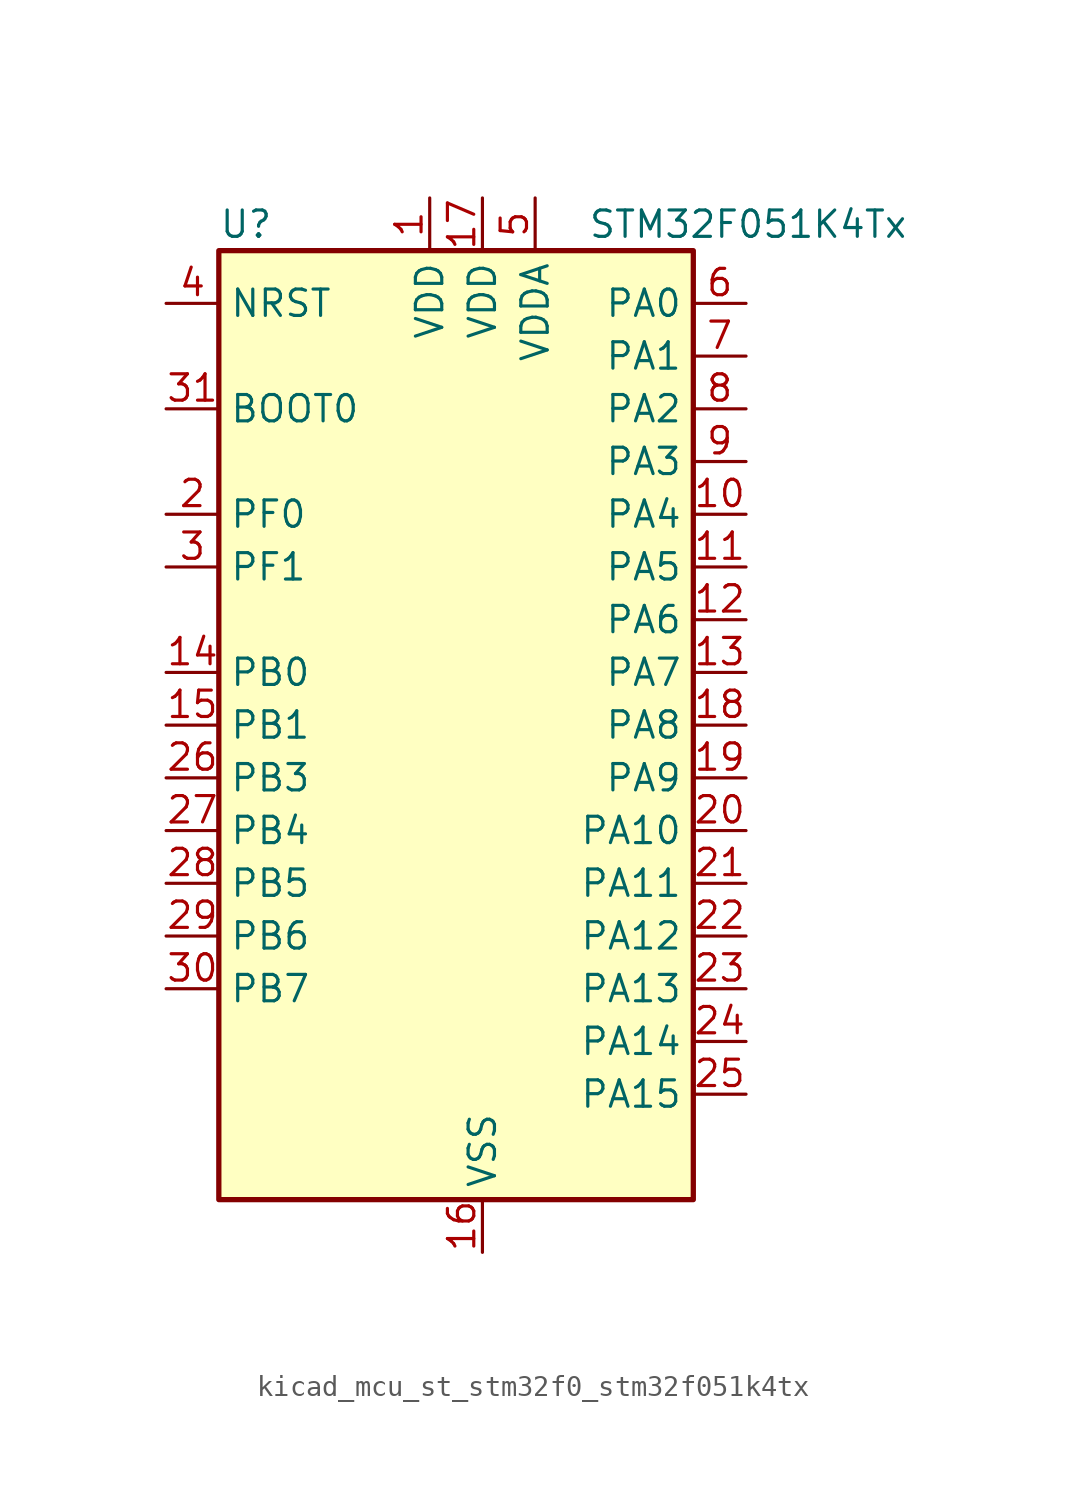
<source format=kicad_sym>
(kicad_symbol_lib
  (version 20220914)
  (generator kicad_symbol_editor)
  (symbol "kicad_mcu_st_stm32f0_stm32f051k4tx"
    (property "Reference" "U"
      (at -10.16 24.13 0)
      (effects (font (size 1.27 1.27)) (justify left)))
    (property "Value" "STM32F051K4Tx"
      (at 7.62 24.13 0)
      (effects (font (size 1.27 1.27)) (justify left)))
    (property "ki_locked" ""
      (at 0 0 0)
      (effects (font (size 1.27 1.27))))
    (symbol "kicad_mcu_st_stm32f0_stm32f051k4tx_0_1"
      (rectangle (start -10.16 -22.86) (end 12.7 22.86) (stroke (width 0.254) (type default)) (fill (type background))))
    (symbol "kicad_mcu_st_stm32f0_stm32f051k4tx_1_1"
      (pin power_in line (at 0 25.4 270) (length 2.54) (name "VDD" (effects (font (size 1.27 1.27)))) (number "1" (effects (font (size 1.27 1.27)))))
      (pin bidirectional line (at 15.24 10.16 180) (length 2.54) (name "PA4" (effects (font (size 1.27 1.27)))) (number "10" (effects (font (size 1.27 1.27)))) (alternate "ADC_IN4" bidirectional line) (alternate "COMP1_INM" bidirectional line) (alternate "COMP2_INM" bidirectional line) (alternate "DAC1_OUT1" bidirectional line) (alternate "I2S1_WS" bidirectional line) (alternate "SPI1_NSS" bidirectional line) (alternate "TIM14_CH1" bidirectional line) (alternate "TSC_G2_IO1" bidirectional line))
      (pin bidirectional line (at 15.24 7.62 180) (length 2.54) (name "PA5" (effects (font (size 1.27 1.27)))) (number "11" (effects (font (size 1.27 1.27)))) (alternate "ADC_IN5" bidirectional line) (alternate "CEC" bidirectional line) (alternate "COMP1_INM" bidirectional line) (alternate "COMP2_INM" bidirectional line) (alternate "I2S1_CK" bidirectional line) (alternate "SPI1_SCK" bidirectional line) (alternate "TIM2_CH1" bidirectional line) (alternate "TIM2_ETR" bidirectional line) (alternate "TSC_G2_IO2" bidirectional line))
      (pin bidirectional line (at 15.24 5.08 180) (length 2.54) (name "PA6" (effects (font (size 1.27 1.27)))) (number "12" (effects (font (size 1.27 1.27)))) (alternate "ADC_IN6" bidirectional line) (alternate "COMP1_OUT" bidirectional line) (alternate "I2S1_MCK" bidirectional line) (alternate "SPI1_MISO" bidirectional line) (alternate "TIM16_CH1" bidirectional line) (alternate "TIM1_BKIN" bidirectional line) (alternate "TIM3_CH1" bidirectional line) (alternate "TSC_G2_IO3" bidirectional line))
      (pin bidirectional line (at 15.24 2.54 180) (length 2.54) (name "PA7" (effects (font (size 1.27 1.27)))) (number "13" (effects (font (size 1.27 1.27)))) (alternate "ADC_IN7" bidirectional line) (alternate "COMP2_OUT" bidirectional line) (alternate "I2S1_SD" bidirectional line) (alternate "SPI1_MOSI" bidirectional line) (alternate "TIM14_CH1" bidirectional line) (alternate "TIM17_CH1" bidirectional line) (alternate "TIM1_CH1N" bidirectional line) (alternate "TIM3_CH2" bidirectional line) (alternate "TSC_G2_IO4" bidirectional line))
      (pin bidirectional line (at -12.7 2.54 0) (length 2.54) (name "PB0" (effects (font (size 1.27 1.27)))) (number "14" (effects (font (size 1.27 1.27)))) (alternate "ADC_IN8" bidirectional line) (alternate "TIM1_CH2N" bidirectional line) (alternate "TIM3_CH3" bidirectional line) (alternate "TSC_G3_IO2" bidirectional line))
      (pin bidirectional line (at -12.7 0 0) (length 2.54) (name "PB1" (effects (font (size 1.27 1.27)))) (number "15" (effects (font (size 1.27 1.27)))) (alternate "ADC_IN9" bidirectional line) (alternate "TIM14_CH1" bidirectional line) (alternate "TIM1_CH3N" bidirectional line) (alternate "TIM3_CH4" bidirectional line) (alternate "TSC_G3_IO3" bidirectional line))
      (pin power_in line (at 2.54 -25.4 90) (length 2.54) (name "VSS" (effects (font (size 1.27 1.27)))) (number "16" (effects (font (size 1.27 1.27)))))
      (pin power_in line (at 2.54 25.4 270) (length 2.54) (name "VDD" (effects (font (size 1.27 1.27)))) (number "17" (effects (font (size 1.27 1.27)))))
      (pin bidirectional line (at 15.24 0 180) (length 2.54) (name "PA8" (effects (font (size 1.27 1.27)))) (number "18" (effects (font (size 1.27 1.27)))) (alternate "RCC_MCO" bidirectional line) (alternate "TIM1_CH1" bidirectional line) (alternate "USART1_CK" bidirectional line))
      (pin bidirectional line (at 15.24 -2.54 180) (length 2.54) (name "PA9" (effects (font (size 1.27 1.27)))) (number "19" (effects (font (size 1.27 1.27)))) (alternate "DAC1_EXTI9" bidirectional line) (alternate "TIM15_BKIN" bidirectional line) (alternate "TIM1_CH2" bidirectional line) (alternate "TSC_G4_IO1" bidirectional line) (alternate "USART1_TX" bidirectional line))
      (pin bidirectional line (at -12.7 10.16 0) (length 2.54) (name "PF0" (effects (font (size 1.27 1.27)))) (number "2" (effects (font (size 1.27 1.27)))) (alternate "RCC_OSC_IN" bidirectional line))
      (pin bidirectional line (at 15.24 -5.08 180) (length 2.54) (name "PA10" (effects (font (size 1.27 1.27)))) (number "20" (effects (font (size 1.27 1.27)))) (alternate "TIM17_BKIN" bidirectional line) (alternate "TIM1_CH3" bidirectional line) (alternate "TSC_G4_IO2" bidirectional line) (alternate "USART1_RX" bidirectional line))
      (pin bidirectional line (at 15.24 -7.62 180) (length 2.54) (name "PA11" (effects (font (size 1.27 1.27)))) (number "21" (effects (font (size 1.27 1.27)))) (alternate "COMP1_OUT" bidirectional line) (alternate "TIM1_CH4" bidirectional line) (alternate "TSC_G4_IO3" bidirectional line) (alternate "USART1_CTS" bidirectional line))
      (pin bidirectional line (at 15.24 -10.16 180) (length 2.54) (name "PA12" (effects (font (size 1.27 1.27)))) (number "22" (effects (font (size 1.27 1.27)))) (alternate "COMP2_OUT" bidirectional line) (alternate "TIM1_ETR" bidirectional line) (alternate "TSC_G4_IO4" bidirectional line) (alternate "USART1_DE" bidirectional line) (alternate "USART1_RTS" bidirectional line))
      (pin bidirectional line (at 15.24 -12.7 180) (length 2.54) (name "PA13" (effects (font (size 1.27 1.27)))) (number "23" (effects (font (size 1.27 1.27)))) (alternate "IR_OUT" bidirectional line) (alternate "SYS_SWDIO" bidirectional line))
      (pin bidirectional line (at 15.24 -15.24 180) (length 2.54) (name "PA14" (effects (font (size 1.27 1.27)))) (number "24" (effects (font (size 1.27 1.27)))) (alternate "SYS_SWCLK" bidirectional line))
      (pin bidirectional line (at 15.24 -17.78 180) (length 2.54) (name "PA15" (effects (font (size 1.27 1.27)))) (number "25" (effects (font (size 1.27 1.27)))) (alternate "I2S1_WS" bidirectional line) (alternate "SPI1_NSS" bidirectional line) (alternate "TIM2_CH1" bidirectional line) (alternate "TIM2_ETR" bidirectional line))
      (pin bidirectional line (at -12.7 -2.54 0) (length 2.54) (name "PB3" (effects (font (size 1.27 1.27)))) (number "26" (effects (font (size 1.27 1.27)))) (alternate "I2S1_CK" bidirectional line) (alternate "SPI1_SCK" bidirectional line) (alternate "TIM2_CH2" bidirectional line) (alternate "TSC_G5_IO1" bidirectional line))
      (pin bidirectional line (at -12.7 -5.08 0) (length 2.54) (name "PB4" (effects (font (size 1.27 1.27)))) (number "27" (effects (font (size 1.27 1.27)))) (alternate "I2S1_MCK" bidirectional line) (alternate "SPI1_MISO" bidirectional line) (alternate "TIM3_CH1" bidirectional line) (alternate "TSC_G5_IO2" bidirectional line))
      (pin bidirectional line (at -12.7 -7.62 0) (length 2.54) (name "PB5" (effects (font (size 1.27 1.27)))) (number "28" (effects (font (size 1.27 1.27)))) (alternate "I2C1_SMBA" bidirectional line) (alternate "I2S1_SD" bidirectional line) (alternate "SPI1_MOSI" bidirectional line) (alternate "TIM16_BKIN" bidirectional line) (alternate "TIM3_CH2" bidirectional line))
      (pin bidirectional line (at -12.7 -10.16 0) (length 2.54) (name "PB6" (effects (font (size 1.27 1.27)))) (number "29" (effects (font (size 1.27 1.27)))) (alternate "I2C1_SCL" bidirectional line) (alternate "TIM16_CH1N" bidirectional line) (alternate "TSC_G5_IO3" bidirectional line) (alternate "USART1_TX" bidirectional line))
      (pin bidirectional line (at -12.7 7.62 0) (length 2.54) (name "PF1" (effects (font (size 1.27 1.27)))) (number "3" (effects (font (size 1.27 1.27)))) (alternate "RCC_OSC_OUT" bidirectional line))
      (pin bidirectional line (at -12.7 -12.7 0) (length 2.54) (name "PB7" (effects (font (size 1.27 1.27)))) (number "30" (effects (font (size 1.27 1.27)))) (alternate "I2C1_SDA" bidirectional line) (alternate "TIM17_CH1N" bidirectional line) (alternate "TSC_G5_IO4" bidirectional line) (alternate "USART1_RX" bidirectional line))
      (pin input line (at -12.7 15.24 0) (length 2.54) (name "BOOT0" (effects (font (size 1.27 1.27)))) (number "31" (effects (font (size 1.27 1.27)))))
      (pin passive line (at 2.54 -25.4 90) (length 2.54) hide (name "VSS" (effects (font (size 1.27 1.27)))) (number "32" (effects (font (size 1.27 1.27)))))
      (pin input line (at -12.7 20.32 0) (length 2.54) (name "NRST" (effects (font (size 1.27 1.27)))) (number "4" (effects (font (size 1.27 1.27)))))
      (pin power_in line (at 5.08 25.4 270) (length 2.54) (name "VDDA" (effects (font (size 1.27 1.27)))) (number "5" (effects (font (size 1.27 1.27)))))
      (pin bidirectional line (at 15.24 20.32 180) (length 2.54) (name "PA0" (effects (font (size 1.27 1.27)))) (number "6" (effects (font (size 1.27 1.27)))) (alternate "ADC_IN0" bidirectional line) (alternate "COMP1_INM" bidirectional line) (alternate "COMP1_OUT" bidirectional line) (alternate "RTC_TAMP2" bidirectional line) (alternate "SYS_WKUP1" bidirectional line) (alternate "TIM2_CH1" bidirectional line) (alternate "TIM2_ETR" bidirectional line) (alternate "TSC_G1_IO1" bidirectional line))
      (pin bidirectional line (at 15.24 17.78 180) (length 2.54) (name "PA1" (effects (font (size 1.27 1.27)))) (number "7" (effects (font (size 1.27 1.27)))) (alternate "ADC_IN1" bidirectional line) (alternate "COMP1_INP" bidirectional line) (alternate "TIM2_CH2" bidirectional line) (alternate "TSC_G1_IO2" bidirectional line))
      (pin bidirectional line (at 15.24 15.24 180) (length 2.54) (name "PA2" (effects (font (size 1.27 1.27)))) (number "8" (effects (font (size 1.27 1.27)))) (alternate "ADC_IN2" bidirectional line) (alternate "COMP2_INM" bidirectional line) (alternate "COMP2_OUT" bidirectional line) (alternate "TIM15_CH1" bidirectional line) (alternate "TIM2_CH3" bidirectional line) (alternate "TSC_G1_IO3" bidirectional line))
      (pin bidirectional line (at 15.24 12.7 180) (length 2.54) (name "PA3" (effects (font (size 1.27 1.27)))) (number "9" (effects (font (size 1.27 1.27)))) (alternate "ADC_IN3" bidirectional line) (alternate "COMP2_INP" bidirectional line) (alternate "TIM15_CH2" bidirectional line) (alternate "TIM2_CH4" bidirectional line) (alternate "TSC_G1_IO4" bidirectional line)))))
</source>
